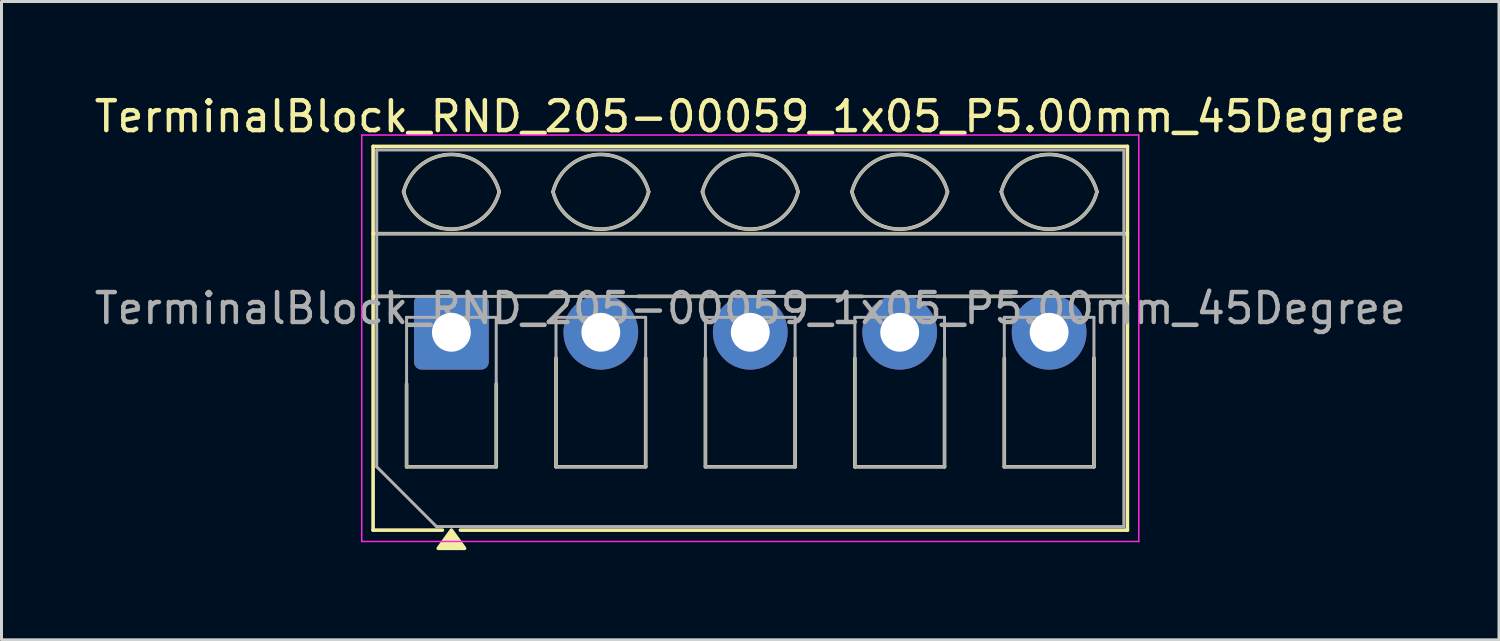
<source format=kicad_pcb>
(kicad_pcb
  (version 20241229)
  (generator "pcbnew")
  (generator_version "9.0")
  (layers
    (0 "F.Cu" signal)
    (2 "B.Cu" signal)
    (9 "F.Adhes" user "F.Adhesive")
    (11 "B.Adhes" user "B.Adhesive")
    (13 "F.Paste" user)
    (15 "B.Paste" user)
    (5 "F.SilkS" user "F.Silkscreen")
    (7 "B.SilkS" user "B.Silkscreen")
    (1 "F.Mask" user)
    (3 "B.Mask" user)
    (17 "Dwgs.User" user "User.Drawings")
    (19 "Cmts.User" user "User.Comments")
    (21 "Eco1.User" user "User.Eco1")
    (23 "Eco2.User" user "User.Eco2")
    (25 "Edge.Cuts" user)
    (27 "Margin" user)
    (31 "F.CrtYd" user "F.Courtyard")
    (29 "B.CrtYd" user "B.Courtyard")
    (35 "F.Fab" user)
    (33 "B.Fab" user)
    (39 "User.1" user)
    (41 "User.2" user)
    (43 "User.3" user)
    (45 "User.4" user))
  (footprint "TerminalBlock_RND_205-00059_1x05_P5.00mm_45Degree"
    (layer "F.Cu")
    (at 12.054 8.068)
    (property "Reference" "TerminalBlock_RND_205-00059_1x05_P5.00mm_45Degree" (at 10 -7.22 0) (layer "F.SilkS") (effects (font (size 1 1) (thickness 0.15))))
    (attr through_hole)
    (fp_line (start -2.62 -6.22) (end -2.62 6.62) (stroke (width 0.12) (type solid)) (layer "F.SilkS"))
    (fp_line (start -2.62 -6.22) (end 22.62 -6.22) (stroke (width 0.12) (type solid)) (layer "F.SilkS"))
    (fp_line (start -2.62 -3.3) (end 22.62 -3.3) (stroke (width 0.12) (type solid)) (layer "F.SilkS"))
    (fp_line (start -2.62 -1.2) (end -1.73 -1.2) (stroke (width 0.12) (type solid)) (layer "F.SilkS"))
    (fp_line (start -2.62 6.62) (end -0.3 6.62) (stroke (width 0.12) (type solid)) (layer "F.SilkS"))
    (fp_line (start -1.5 1.73) (end -1.5 4.5) (stroke (width 0.12) (type solid)) (layer "F.SilkS"))
    (fp_line (start -1.5 4.5) (end 1.5 4.5) (stroke (width 0.12) (type solid)) (layer "F.SilkS"))
    (fp_line (start 0.3 6.62) (end 22.62 6.62) (stroke (width 0.12) (type solid)) (layer "F.SilkS"))
    (fp_line (start 1.5 1.73) (end 1.5 4.5) (stroke (width 0.12) (type solid)) (layer "F.SilkS"))
    (fp_line (start 1.73 -1.2) (end 3.754 -1.2) (stroke (width 0.12) (type solid)) (layer "F.SilkS"))
    (fp_line (start 3.5 0.862) (end 3.5 4.5) (stroke (width 0.12) (type solid)) (layer "F.SilkS"))
    (fp_line (start 3.5 4.5) (end 6.5 4.5) (stroke (width 0.12) (type solid)) (layer "F.SilkS"))
    (fp_line (start 6.246 -1.2) (end 8.754 -1.2) (stroke (width 0.12) (type solid)) (layer "F.SilkS"))
    (fp_line (start 6.5 0.862) (end 6.5 4.5) (stroke (width 0.12) (type solid)) (layer "F.SilkS"))
    (fp_line (start 8.5 0.862) (end 8.5 4.5) (stroke (width 0.12) (type solid)) (layer "F.SilkS"))
    (fp_line (start 8.5 4.5) (end 11.5 4.5) (stroke (width 0.12) (type solid)) (layer "F.SilkS"))
    (fp_line (start 11.246 -1.2) (end 13.754 -1.2) (stroke (width 0.12) (type solid)) (layer "F.SilkS"))
    (fp_line (start 11.5 0.862) (end 11.5 4.5) (stroke (width 0.12) (type solid)) (layer "F.SilkS"))
    (fp_line (start 13.5 0.862) (end 13.5 4.5) (stroke (width 0.12) (type solid)) (layer "F.SilkS"))
    (fp_line (start 13.5 4.5) (end 16.5 4.5) (stroke (width 0.12) (type solid)) (layer "F.SilkS"))
    (fp_line (start 16.246 -1.2) (end 18.754 -1.2) (stroke (width 0.12) (type solid)) (layer "F.SilkS"))
    (fp_line (start 16.5 0.862) (end 16.5 4.5) (stroke (width 0.12) (type solid)) (layer "F.SilkS"))
    (fp_line (start 18.5 0.862) (end 18.5 4.5) (stroke (width 0.12) (type solid)) (layer "F.SilkS"))
    (fp_line (start 18.5 4.5) (end 21.5 4.5) (stroke (width 0.12) (type solid)) (layer "F.SilkS"))
    (fp_line (start 21.246 -1.2) (end 22.62 -1.2) (stroke (width 0.12) (type solid)) (layer "F.SilkS"))
    (fp_line (start 21.5 0.862) (end 21.5 4.5) (stroke (width 0.12) (type solid)) (layer "F.SilkS"))
    (fp_line (start 22.62 -6.22) (end 22.62 6.62) (stroke (width 0.12) (type solid)) (layer "F.SilkS"))
    (fp_arc (start -1.600031 -4.699875) (mid -0.000065 -5.95) (end 1.6 -4.7) (stroke (width 0.12) (type solid)) (layer "F.SilkS"))
    (fp_arc (start 1.6 -4.7) (mid -0.000065 -3.45) (end -1.600031 -4.700125) (stroke (width 0.12) (type solid)) (layer "F.SilkS"))
    (fp_arc (start 3.399969 -4.699875) (mid 4.999935 -5.95) (end 6.6 -4.7) (stroke (width 0.12) (type solid)) (layer "F.SilkS"))
    (fp_arc (start 6.6 -4.7) (mid 4.999935 -3.45) (end 3.399969 -4.700125) (stroke (width 0.12) (type solid)) (layer "F.SilkS"))
    (fp_arc (start 8.399969 -4.699875) (mid 9.999935 -5.95) (end 11.6 -4.7) (stroke (width 0.12) (type solid)) (layer "F.SilkS"))
    (fp_arc (start 11.6 -4.7) (mid 9.999935 -3.45) (end 8.399969 -4.700125) (stroke (width 0.12) (type solid)) (layer "F.SilkS"))
    (fp_arc (start 13.399969 -4.699875) (mid 14.999935 -5.95) (end 16.6 -4.7) (stroke (width 0.12) (type solid)) (layer "F.SilkS"))
    (fp_arc (start 16.6 -4.7) (mid 14.999935 -3.45) (end 13.399969 -4.700125) (stroke (width 0.12) (type solid)) (layer "F.SilkS"))
    (fp_arc (start 18.399969 -4.699875) (mid 19.999935 -5.95) (end 21.6 -4.7) (stroke (width 0.12) (type solid)) (layer "F.SilkS"))
    (fp_arc (start 21.6 -4.7) (mid 19.999935 -3.45) (end 18.399969 -4.700125) (stroke (width 0.12) (type solid)) (layer "F.SilkS"))
    (fp_poly (pts (xy 0 6.62) (xy 0.44 7.23) (xy -0.44 7.23)) (stroke (width 0.12) (type solid)) (fill yes) (layer "F.SilkS"))
    (fp_line (start -3 -6.6) (end -3 7) (stroke (width 0.05) (type solid)) (layer "F.CrtYd"))
    (fp_line (start -3 7) (end 23 7) (stroke (width 0.05) (type solid)) (layer "F.CrtYd"))
    (fp_line (start 23 -6.6) (end -3 -6.6) (stroke (width 0.05) (type solid)) (layer "F.CrtYd"))
    (fp_line (start 23 7) (end 23 -6.6) (stroke (width 0.05) (type solid)) (layer "F.CrtYd"))
    (fp_line (start -2.5 -6.1) (end 22.5 -6.1) (stroke (width 0.1) (type solid)) (layer "F.Fab"))
    (fp_line (start -2.5 -3.3) (end 22.5 -3.3) (stroke (width 0.1) (type solid)) (layer "F.Fab"))
    (fp_line (start -2.5 -1.2) (end 22.5 -1.2) (stroke (width 0.1) (type solid)) (layer "F.Fab"))
    (fp_line (start -2.5 4.5) (end -2.5 -6.1) (stroke (width 0.1) (type solid)) (layer "F.Fab"))
    (fp_line (start -1.5 -0.5) (end -1.5 4.5) (stroke (width 0.1) (type solid)) (layer "F.Fab"))
    (fp_line (start -1.5 4.5) (end 1.5 4.5) (stroke (width 0.1) (type solid)) (layer "F.Fab"))
    (fp_line (start -0.5 6.5) (end -2.5 4.5) (stroke (width 0.1) (type solid)) (layer "F.Fab"))
    (fp_line (start 1.5 -0.5) (end -1.5 -0.5) (stroke (width 0.1) (type solid)) (layer "F.Fab"))
    (fp_line (start 1.5 4.5) (end 1.5 -0.5) (stroke (width 0.1) (type solid)) (layer "F.Fab"))
    (fp_line (start 3.5 -0.5) (end 3.5 4.5) (stroke (width 0.1) (type solid)) (layer "F.Fab"))
    (fp_line (start 3.5 4.5) (end 6.5 4.5) (stroke (width 0.1) (type solid)) (layer "F.Fab"))
    (fp_line (start 6.5 -0.5) (end 3.5 -0.5) (stroke (width 0.1) (type solid)) (layer "F.Fab"))
    (fp_line (start 6.5 4.5) (end 6.5 -0.5) (stroke (width 0.1) (type solid)) (layer "F.Fab"))
    (fp_line (start 8.5 -0.5) (end 8.5 4.5) (stroke (width 0.1) (type solid)) (layer "F.Fab"))
    (fp_line (start 8.5 4.5) (end 11.5 4.5) (stroke (width 0.1) (type solid)) (layer "F.Fab"))
    (fp_line (start 11.5 -0.5) (end 8.5 -0.5) (stroke (width 0.1) (type solid)) (layer "F.Fab"))
    (fp_line (start 11.5 4.5) (end 11.5 -0.5) (stroke (width 0.1) (type solid)) (layer "F.Fab"))
    (fp_line (start 13.5 -0.5) (end 13.5 4.5) (stroke (width 0.1) (type solid)) (layer "F.Fab"))
    (fp_line (start 13.5 4.5) (end 16.5 4.5) (stroke (width 0.1) (type solid)) (layer "F.Fab"))
    (fp_line (start 16.5 -0.5) (end 13.5 -0.5) (stroke (width 0.1) (type solid)) (layer "F.Fab"))
    (fp_line (start 16.5 4.5) (end 16.5 -0.5) (stroke (width 0.1) (type solid)) (layer "F.Fab"))
    (fp_line (start 18.5 -0.5) (end 18.5 4.5) (stroke (width 0.1) (type solid)) (layer "F.Fab"))
    (fp_line (start 18.5 4.5) (end 21.5 4.5) (stroke (width 0.1) (type solid)) (layer "F.Fab"))
    (fp_line (start 21.5 -0.5) (end 18.5 -0.5) (stroke (width 0.1) (type solid)) (layer "F.Fab"))
    (fp_line (start 21.5 4.5) (end 21.5 -0.5) (stroke (width 0.1) (type solid)) (layer "F.Fab"))
    (fp_line (start 22.5 -6.1) (end 22.5 6.5) (stroke (width 0.1) (type solid)) (layer "F.Fab"))
    (fp_line (start 22.5 6.5) (end -0.5 6.5) (stroke (width 0.1) (type solid)) (layer "F.Fab"))
    (fp_arc (start -1.600914 -4.700344) (mid 0.000177 -5.95097) (end 1.601 -4.7) (stroke (width 0.1) (type solid)) (layer "F.Fab"))
    (fp_arc (start 1.6 -4.7) (mid -0.000065 -3.45) (end -1.600031 -4.700125) (stroke (width 0.1) (type solid)) (layer "F.Fab"))
    (fp_arc (start 3.399086 -4.700344) (mid 5.000177 -5.95097) (end 6.601 -4.7) (stroke (width 0.1) (type solid)) (layer "F.Fab"))
    (fp_arc (start 6.6 -4.7) (mid 4.999935 -3.45) (end 3.399969 -4.700125) (stroke (width 0.1) (type solid)) (layer "F.Fab"))
    (fp_arc (start 8.399086 -4.700344) (mid 10.000177 -5.95097) (end 11.601 -4.7) (stroke (width 0.1) (type solid)) (layer "F.Fab"))
    (fp_arc (start 11.6 -4.7) (mid 9.999935 -3.45) (end 8.399969 -4.700125) (stroke (width 0.1) (type solid)) (layer "F.Fab"))
    (fp_arc (start 13.399086 -4.700344) (mid 15.000177 -5.95097) (end 16.601 -4.7) (stroke (width 0.1) (type solid)) (layer "F.Fab"))
    (fp_arc (start 16.6 -4.7) (mid 14.999935 -3.45) (end 13.399969 -4.700125) (stroke (width 0.1) (type solid)) (layer "F.Fab"))
    (fp_arc (start 18.399086 -4.700344) (mid 20.000177 -5.95097) (end 21.601 -4.7) (stroke (width 0.1) (type solid)) (layer "F.Fab"))
    (fp_arc (start 21.6 -4.7) (mid 19.999935 -3.45) (end 18.399969 -4.700125) (stroke (width 0.1) (type solid)) (layer "F.Fab"))
    (fp_text user "${REFERENCE}" (at 10 -0.8 0) (layer "F.Fab") (effects (font (size 1 1) (thickness 0.15))))
    (pad "1" thru_hole roundrect (at 0 0) (size 2.5 2.5) (drill 1.3) (layers "*.Cu" "*.Mask") (roundrect_rratio 0.1))
    (pad "2" thru_hole circle (at 5 0) (size 2.5 2.5) (drill 1.3) (layers "*.Cu" "*.Mask"))
    (pad "3" thru_hole circle (at 10 0) (size 2.5 2.5) (drill 1.3) (layers "*.Cu" "*.Mask"))
    (pad "4" thru_hole circle (at 15 0) (size 2.5 2.5) (drill 1.3) (layers "*.Cu" "*.Mask"))
    (pad "5" thru_hole circle (at 20 0) (size 2.5 2.5) (drill 1.3) (layers "*.Cu" "*.Mask")))
  (gr_rect
    (start -3 -3)
    (end 47.107 18.358)
    (stroke (width 0.1) (type default))
    (fill no)
    (layer "Edge.Cuts")))
</source>
